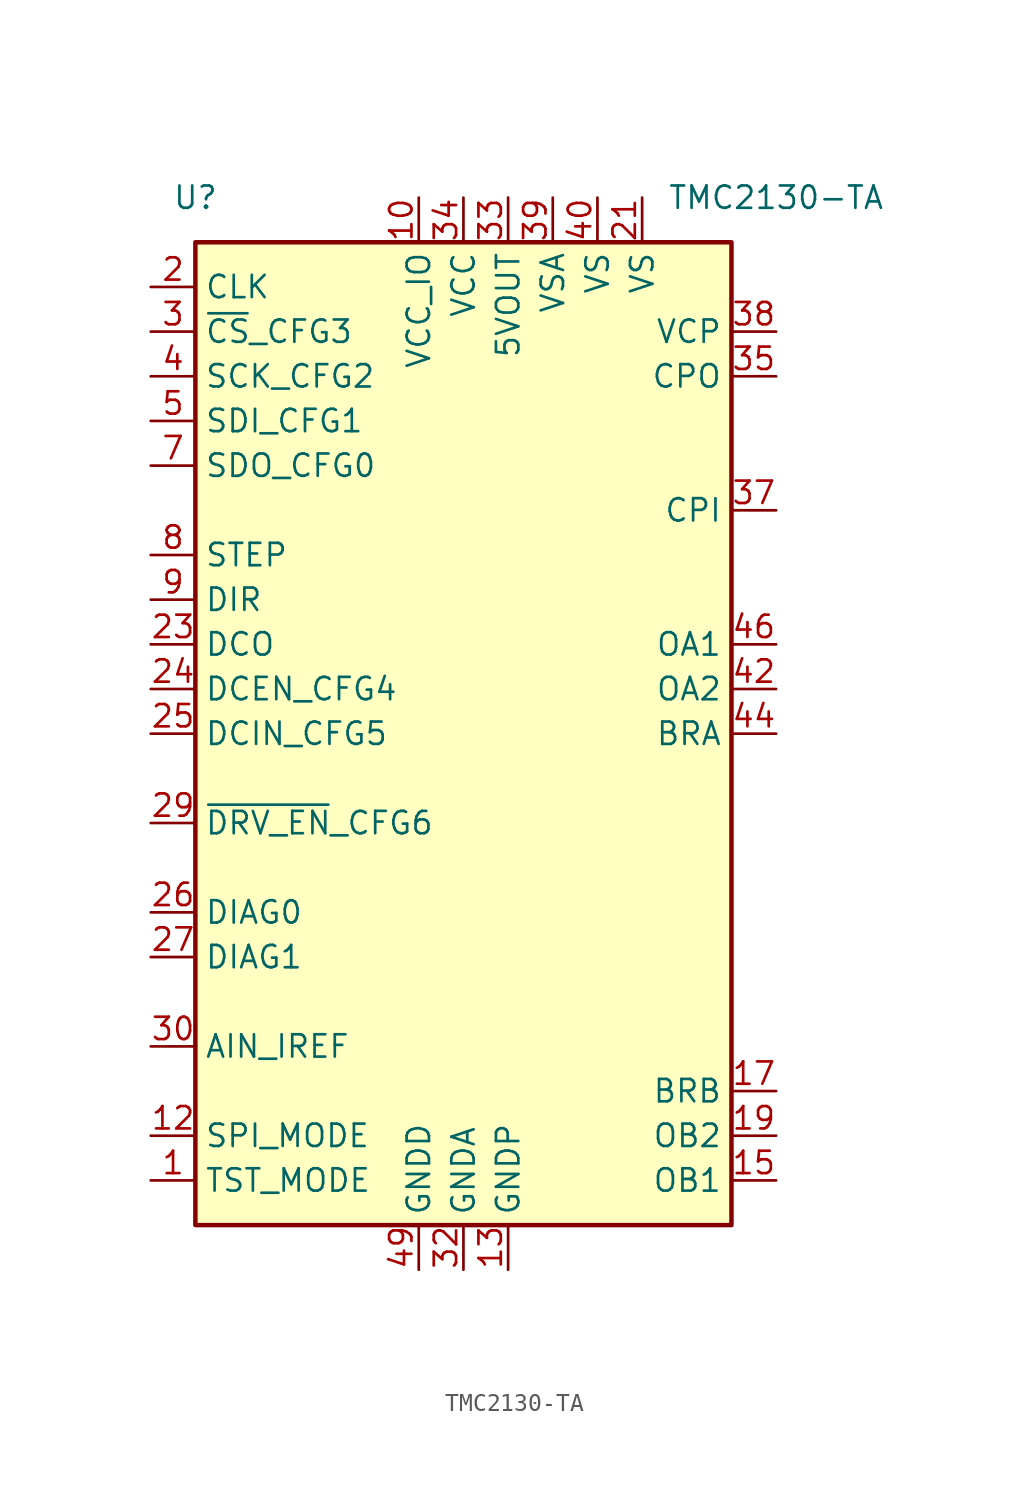
<source format=kicad_sym>
(kicad_symbol_lib
  (version 20211014)
  (generator kicad_symbol_editor)
  (symbol "TMC2130-TA"
    (property "Reference" "U"
      (at -15.24 30.48 0)
      (effects (font (size 1.27 1.27))))
    (property "Value" "TMC2130-TA"
      (at 17.78 30.48 0)
      (effects (font (size 1.27 1.27))))
    (symbol "TMC2130-TA_1_1"
      (rectangle (start -15.24 27.94) (end 15.24 -27.94) (stroke (width 0.254) (type default) (color 0 0 0 0)) (fill (type background)))
      (pin input line (at -17.78 -25.4 0) (length 2.54) (name "TST_MODE" (effects (font (size 1.27 1.27)))) (number "1" (effects (font (size 1.27 1.27)))))
      (pin power_in line (at -2.54 30.48 270) (length 2.54) (name "VCC_IO" (effects (font (size 1.27 1.27)))) (number "10" (effects (font (size 1.27 1.27)))))
      (pin no_connect line (at 15.24 15.24 180) (length 2.54) hide (name "DNC" (effects (font (size 1.27 1.27)))) (number "11" (effects (font (size 1.27 1.27)))))
      (pin input line (at -17.78 -22.86 0) (length 2.54) (name "SPI_MODE" (effects (font (size 1.27 1.27)))) (number "12" (effects (font (size 1.27 1.27)))))
      (pin power_in line (at 2.54 -30.48 90) (length 2.54) (name "GNDP" (effects (font (size 1.27 1.27)))) (number "13" (effects (font (size 1.27 1.27)))))
      (pin no_connect line (at 15.24 10.16 180) (length 2.54) hide (name "DNC" (effects (font (size 1.27 1.27)))) (number "14" (effects (font (size 1.27 1.27)))))
      (pin output line (at 17.78 -25.4 180) (length 2.54) (name "OB1" (effects (font (size 1.27 1.27)))) (number "15" (effects (font (size 1.27 1.27)))))
      (pin no_connect line (at 15.24 7.62 180) (length 2.54) hide (name "DNC" (effects (font (size 1.27 1.27)))) (number "16" (effects (font (size 1.27 1.27)))))
      (pin passive line (at 17.78 -20.32 180) (length 2.54) (name "BRB" (effects (font (size 1.27 1.27)))) (number "17" (effects (font (size 1.27 1.27)))))
      (pin no_connect line (at 15.24 -2.54 180) (length 2.54) hide (name "DNC" (effects (font (size 1.27 1.27)))) (number "18" (effects (font (size 1.27 1.27)))))
      (pin output line (at 17.78 -22.86 180) (length 2.54) (name "OB2" (effects (font (size 1.27 1.27)))) (number "19" (effects (font (size 1.27 1.27)))))
      (pin input line (at -17.78 25.4 0) (length 2.54) (name "CLK" (effects (font (size 1.27 1.27)))) (number "2" (effects (font (size 1.27 1.27)))))
      (pin no_connect line (at 15.24 -5.08 180) (length 2.54) hide (name "DNC" (effects (font (size 1.27 1.27)))) (number "20" (effects (font (size 1.27 1.27)))))
      (pin power_in line (at 10.16 30.48 270) (length 2.54) (name "VS" (effects (font (size 1.27 1.27)))) (number "21" (effects (font (size 1.27 1.27)))))
      (pin no_connect line (at 15.24 -7.62 180) (length 2.54) hide (name "DNC" (effects (font (size 1.27 1.27)))) (number "22" (effects (font (size 1.27 1.27)))))
      (pin output line (at -17.78 5.08 0) (length 2.54) (name "DCO" (effects (font (size 1.27 1.27)))) (number "23" (effects (font (size 1.27 1.27)))))
      (pin input line (at -17.78 2.54 0) (length 2.54) (name "DCEN_CFG4" (effects (font (size 1.27 1.27)))) (number "24" (effects (font (size 1.27 1.27)))))
      (pin input line (at -17.78 0 0) (length 2.54) (name "DCIN_CFG5" (effects (font (size 1.27 1.27)))) (number "25" (effects (font (size 1.27 1.27)))))
      (pin output line (at -17.78 -10.16 0) (length 2.54) (name "DIAG0" (effects (font (size 1.27 1.27)))) (number "26" (effects (font (size 1.27 1.27)))))
      (pin output line (at -17.78 -12.7 0) (length 2.54) (name "DIAG1" (effects (font (size 1.27 1.27)))) (number "27" (effects (font (size 1.27 1.27)))))
      (pin no_connect line (at 15.24 -10.16 180) (length 2.54) hide (name "DNC" (effects (font (size 1.27 1.27)))) (number "28" (effects (font (size 1.27 1.27)))))
      (pin input line (at -17.78 -5.08 0) (length 2.54) (name "~{DRV_EN}_CFG6" (effects (font (size 1.27 1.27)))) (number "29" (effects (font (size 1.27 1.27)))))
      (pin input line (at -17.78 22.86 0) (length 2.54) (name "~{CS}_CFG3" (effects (font (size 1.27 1.27)))) (number "3" (effects (font (size 1.27 1.27)))))
      (pin input line (at -17.78 -17.78 0) (length 2.54) (name "AIN_IREF" (effects (font (size 1.27 1.27)))) (number "30" (effects (font (size 1.27 1.27)))))
      (pin passive line (at -2.54 -30.48 90) (length 2.54) hide (name "GNDD" (effects (font (size 1.27 1.27)))) (number "31" (effects (font (size 1.27 1.27)))))
      (pin power_in line (at 0 -30.48 90) (length 2.54) (name "GNDA" (effects (font (size 1.27 1.27)))) (number "32" (effects (font (size 1.27 1.27)))))
      (pin power_out line (at 2.54 30.48 270) (length 2.54) (name "5VOUT" (effects (font (size 1.27 1.27)))) (number "33" (effects (font (size 1.27 1.27)))))
      (pin power_in line (at 0 30.48 270) (length 2.54) (name "VCC" (effects (font (size 1.27 1.27)))) (number "34" (effects (font (size 1.27 1.27)))))
      (pin passive line (at 17.78 20.32 180) (length 2.54) (name "CPO" (effects (font (size 1.27 1.27)))) (number "35" (effects (font (size 1.27 1.27)))))
      (pin passive line (at -2.54 -30.48 90) (length 2.54) hide (name "GNDD" (effects (font (size 1.27 1.27)))) (number "36" (effects (font (size 1.27 1.27)))))
      (pin passive line (at 17.78 12.7 180) (length 2.54) (name "CPI" (effects (font (size 1.27 1.27)))) (number "37" (effects (font (size 1.27 1.27)))))
      (pin passive line (at 17.78 22.86 180) (length 2.54) (name "VCP" (effects (font (size 1.27 1.27)))) (number "38" (effects (font (size 1.27 1.27)))))
      (pin power_in line (at 5.08 30.48 270) (length 2.54) (name "VSA" (effects (font (size 1.27 1.27)))) (number "39" (effects (font (size 1.27 1.27)))))
      (pin input line (at -17.78 20.32 0) (length 2.54) (name "SCK_CFG2" (effects (font (size 1.27 1.27)))) (number "4" (effects (font (size 1.27 1.27)))))
      (pin power_in line (at 7.62 30.48 270) (length 2.54) (name "VS" (effects (font (size 1.27 1.27)))) (number "40" (effects (font (size 1.27 1.27)))))
      (pin no_connect line (at 15.24 -12.7 180) (length 2.54) hide (name "DNC" (effects (font (size 1.27 1.27)))) (number "41" (effects (font (size 1.27 1.27)))))
      (pin output line (at 17.78 2.54 180) (length 2.54) (name "OA2" (effects (font (size 1.27 1.27)))) (number "42" (effects (font (size 1.27 1.27)))))
      (pin no_connect line (at 15.24 -15.24 180) (length 2.54) hide (name "DNC" (effects (font (size 1.27 1.27)))) (number "43" (effects (font (size 1.27 1.27)))))
      (pin passive line (at 17.78 0 180) (length 2.54) (name "BRA" (effects (font (size 1.27 1.27)))) (number "44" (effects (font (size 1.27 1.27)))))
      (pin no_connect line (at 15.24 17.78 180) (length 2.54) hide (name "DNC" (effects (font (size 1.27 1.27)))) (number "45" (effects (font (size 1.27 1.27)))))
      (pin output line (at 17.78 5.08 180) (length 2.54) (name "OA1" (effects (font (size 1.27 1.27)))) (number "46" (effects (font (size 1.27 1.27)))))
      (pin no_connect line (at 15.24 -17.78 180) (length 2.54) hide (name "DNC" (effects (font (size 1.27 1.27)))) (number "47" (effects (font (size 1.27 1.27)))))
      (pin passive line (at 2.54 -30.48 90) (length 2.54) hide (name "GNDP" (effects (font (size 1.27 1.27)))) (number "48" (effects (font (size 1.27 1.27)))))
      (pin power_in line (at -2.54 -30.48 90) (length 2.54) (name "GNDD" (effects (font (size 1.27 1.27)))) (number "49" (effects (font (size 1.27 1.27)))))
      (pin input line (at -17.78 17.78 0) (length 2.54) (name "SDI_CFG1" (effects (font (size 1.27 1.27)))) (number "5" (effects (font (size 1.27 1.27)))))
      (pin passive line (at -2.54 -30.48 90) (length 2.54) hide (name "GNDD" (effects (font (size 1.27 1.27)))) (number "6" (effects (font (size 1.27 1.27)))))
      (pin bidirectional line (at -17.78 15.24 0) (length 2.54) (name "SDO_CFG0" (effects (font (size 1.27 1.27)))) (number "7" (effects (font (size 1.27 1.27)))))
      (pin input line (at -17.78 10.16 0) (length 2.54) (name "STEP" (effects (font (size 1.27 1.27)))) (number "8" (effects (font (size 1.27 1.27)))))
      (pin input line (at -17.78 7.62 0) (length 2.54) (name "DIR" (effects (font (size 1.27 1.27)))) (number "9" (effects (font (size 1.27 1.27))))))))
</source>
